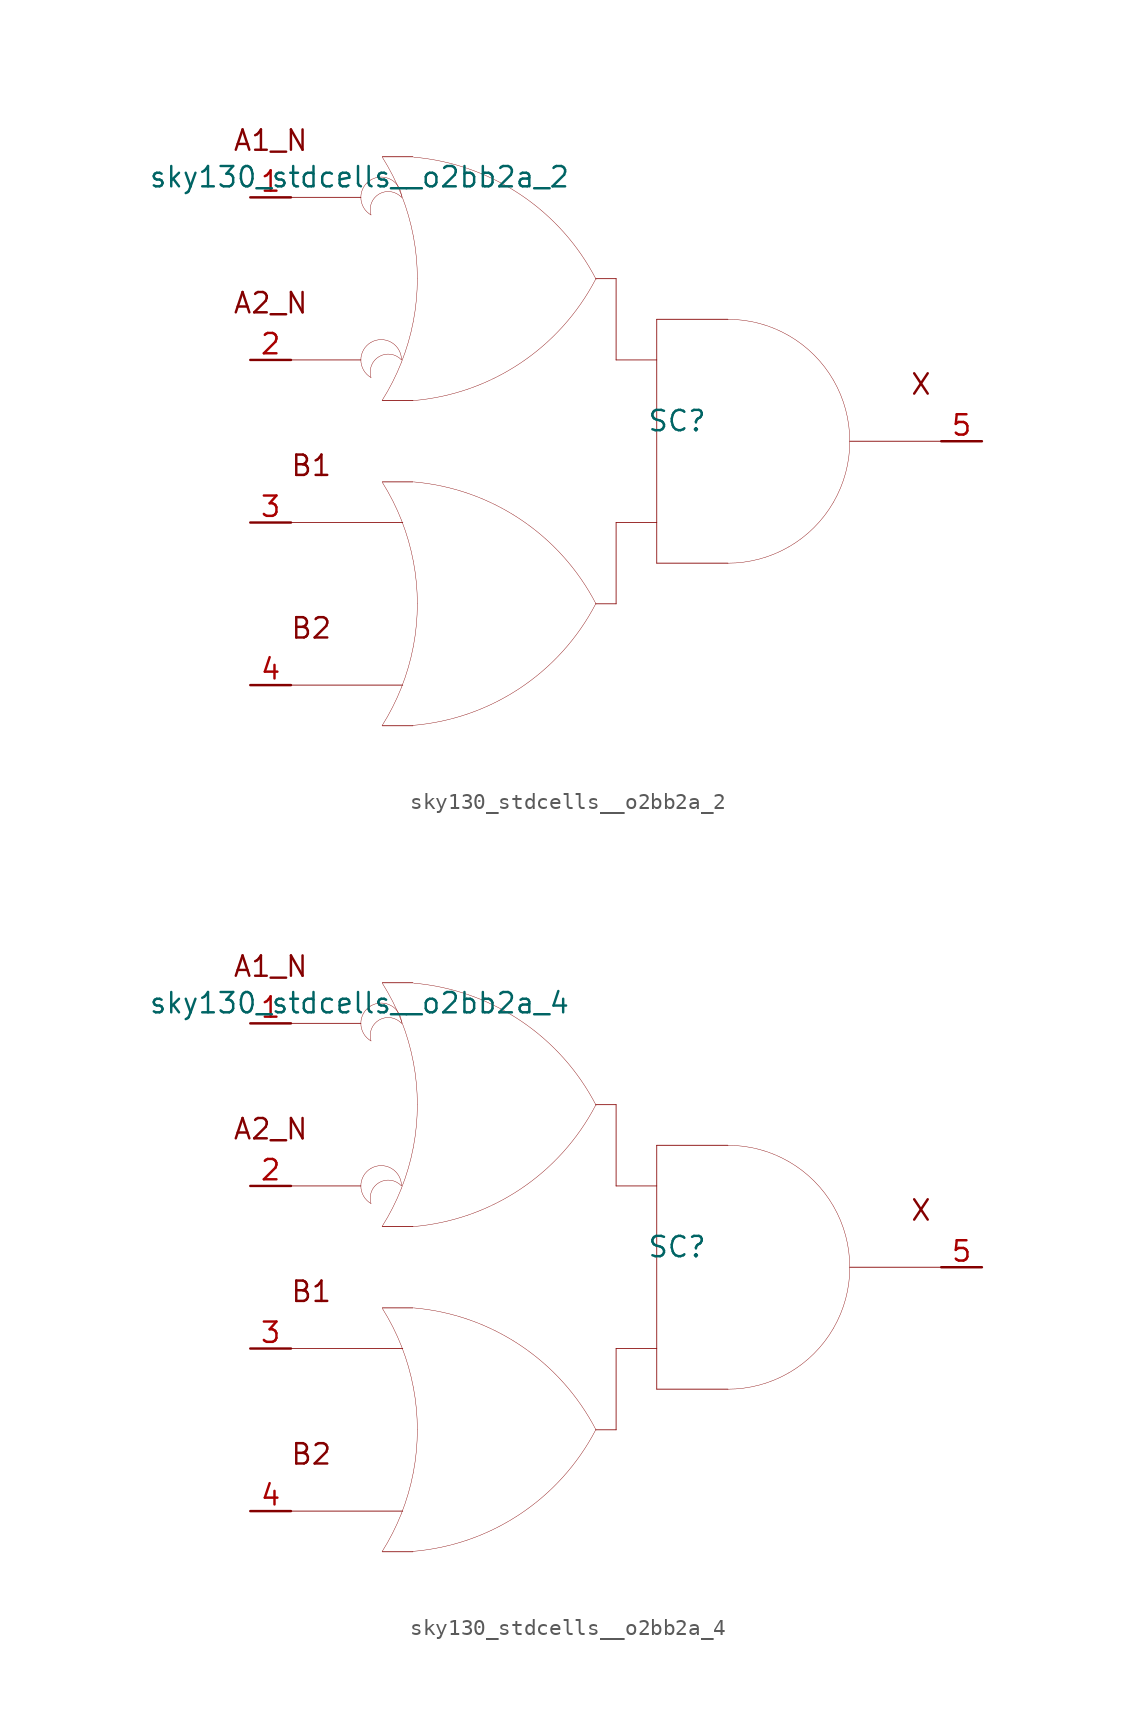
<source format=kicad_sym>
(kicad_symbol_lib
  (version 20211014)
  (generator kicad_symbol_editor)
  (symbol "sky130_stdcells__o2bb2a_2"
    (pin_names hide)
    (property "Reference" "SC"
      (at 3.81 1.27 0)
      (effects (font (size 1.27 1.27))))
    (property "Value" "sky130_stdcells__o2bb2a_2"
      (at -2.845 16.51 0)
      (effects (font (size 1.27 1.27)) (justify right)))
    (symbol "sky130_stdcells__o2bb2a_2_0_0"
      (arc (start -15.3162 6.1799) (mid -15.9512 5.08) (end -15.3162 3.9801) (stroke (width 0.0254) (type default) (color 0 0 0 0)) (fill (type none)))
      (arc (start -15.3162 16.3399) (mid -15.9512 15.24) (end -15.3162 14.1401) (stroke (width 0.0254) (type default) (color 0 0 0 0)) (fill (type none)))
      (arc (start -14.6255 -17.7742) (mid -13.968 -16.618) (end -13.4212 -15.4056) (stroke (width 0.0254) (type default) (color 0 0 0 0)) (fill (type none)))
      (arc (start -14.6255 2.5458) (mid -13.968 3.702) (end -13.4212 4.9144) (stroke (width 0.0254) (type default) (color 0 0 0 0)) (fill (type none)))
      (arc (start -13.4212 -15.4056) (mid -12.9863 -14.1355) (end -12.673 -12.8301) (stroke (width 0.0254) (type default) (color 0 0 0 0)) (fill (type none)))
      (arc (start -13.4212 4.9144) (mid -12.9863 6.1845) (end -12.673 7.4899) (stroke (width 0.0254) (type default) (color 0 0 0 0)) (fill (type none)))
      (arc (start -13.4112 5.08) (mid -15.2681 5.5543) (end -15.3162 3.9801) (stroke (width 0.0254) (type default) (color 0 0 0 0)) (fill (type none)))
      (arc (start -13.4112 5.08) (mid -14.0462 6.1798) (end -15.3162 6.1799) (stroke (width 0.0254) (type default) (color 0 0 0 0)) (fill (type none)))
      (arc (start -13.4112 15.24) (mid -15.2681 15.7143) (end -15.3162 14.1401) (stroke (width 0.0254) (type default) (color 0 0 0 0)) (fill (type none)))
      (arc (start -13.4112 15.24) (mid -14.0462 16.3398) (end -15.3162 16.3399) (stroke (width 0.0254) (type default) (color 0 0 0 0)) (fill (type none)))
      (arc (start -13.403 -4.9607) (mid -13.9512 -3.7352) (end -14.6123 -2.5668) (stroke (width 0.0254) (type default) (color 0 0 0 0)) (fill (type none)))
      (arc (start -13.403 15.3593) (mid -13.9512 16.5848) (end -14.6123 17.7532) (stroke (width 0.0254) (type default) (color 0 0 0 0)) (fill (type none)))
      (arc (start -12.705 -17.7577) (mid -6.011 -15.4332) (end -1.2741 -10.163) (stroke (width 0.0254) (type default) (color 0 0 0 0)) (fill (type none)))
      (arc (start -12.705 2.5369) (mid -6.011 4.8614) (end -1.2741 10.1316) (stroke (width 0.0254) (type default) (color 0 0 0 0)) (fill (type none)))
      (arc (start -12.673 -12.8301) (mid -12.4838 -11.501) (end -12.4206 -10.16) (stroke (width 0.0254) (type default) (color 0 0 0 0)) (fill (type none)))
      (arc (start -12.673 7.4899) (mid -12.4838 8.819) (end -12.4206 10.16) (stroke (width 0.0254) (type default) (color 0 0 0 0)) (fill (type none)))
      (arc (start -12.6684 -7.5144) (mid -12.9761 -6.2204) (end -13.403 -4.9607) (stroke (width 0.0254) (type default) (color 0 0 0 0)) (fill (type none)))
      (arc (start -12.6684 12.8056) (mid -12.9761 14.0996) (end -13.403 15.3593) (stroke (width 0.0254) (type default) (color 0 0 0 0)) (fill (type none)))
      (arc (start -12.4206 -10.16) (mid -12.4827 -8.8314) (end -12.6684 -7.5144) (stroke (width 0.0254) (type default) (color 0 0 0 0)) (fill (type none)))
      (arc (start -12.4206 10.16) (mid -12.4827 11.4886) (end -12.6684 12.8056) (stroke (width 0.0254) (type default) (color 0 0 0 0)) (fill (type none)))
      (arc (start -1.2513 -10.1756) (mid -5.9698 -4.889) (end -12.6556 -2.5411) (stroke (width 0.0254) (type default) (color 0 0 0 0)) (fill (type none)))
      (arc (start -1.2513 10.119) (mid -5.9698 15.4056) (end -12.6556 17.7535) (stroke (width 0.0254) (type default) (color 0 0 0 0)) (fill (type none)))
      (polyline (pts (xy -20.32 -15.24) (xy -13.335 -15.24)) (stroke (width 0.051) (type default) (color 0 0 0 0)) (fill (type none)))
      (polyline (pts (xy -20.32 -5.08) (xy -13.335 -5.08)) (stroke (width 0.051) (type default) (color 0 0 0 0)) (fill (type none)))
      (polyline (pts (xy -20.32 5.08) (xy -15.951 5.08)) (stroke (width 0.051) (type default) (color 0 0 0 0)) (fill (type none)))
      (polyline (pts (xy -20.32 15.24) (xy -15.951 15.24)) (stroke (width 0.051) (type default) (color 0 0 0 0)) (fill (type none)))
      (polyline (pts (xy -14.605 -17.78) (xy -12.7 -17.78)) (stroke (width 0.051) (type default) (color 0 0 0 0)) (fill (type none)))
      (polyline (pts (xy -14.605 -2.54) (xy -12.7 -2.54)) (stroke (width 0.051) (type default) (color 0 0 0 0)) (fill (type none)))
      (polyline (pts (xy -14.605 2.54) (xy -12.7 2.54)) (stroke (width 0.051) (type default) (color 0 0 0 0)) (fill (type none)))
      (polyline (pts (xy -14.605 17.78) (xy -12.7 17.78)) (stroke (width 0.051) (type default) (color 0 0 0 0)) (fill (type none)))
      (polyline (pts (xy -1.27 -10.16) (xy 0 -10.16)) (stroke (width 0.051) (type default) (color 0 0 0 0)) (fill (type none)))
      (polyline (pts (xy -1.27 10.16) (xy 0 10.16)) (stroke (width 0.051) (type default) (color 0 0 0 0)) (fill (type none)))
      (polyline (pts (xy 0 -5.08) (xy 0 -10.16)) (stroke (width 0.051) (type default) (color 0 0 0 0)) (fill (type none)))
      (polyline (pts (xy 0 -5.08) (xy 2.54 -5.08)) (stroke (width 0.051) (type default) (color 0 0 0 0)) (fill (type none)))
      (polyline (pts (xy 0 5.08) (xy 2.54 5.08)) (stroke (width 0.051) (type default) (color 0 0 0 0)) (fill (type none)))
      (polyline (pts (xy 0 10.16) (xy 0 5.08)) (stroke (width 0.051) (type default) (color 0 0 0 0)) (fill (type none)))
      (polyline (pts (xy 2.54 -7.62) (xy 6.985 -7.62)) (stroke (width 0.051) (type default) (color 0 0 0 0)) (fill (type none)))
      (polyline (pts (xy 2.54 7.62) (xy 2.54 -7.62)) (stroke (width 0.051) (type default) (color 0 0 0 0)) (fill (type none)))
      (polyline (pts (xy 2.54 7.62) (xy 6.985 7.62)) (stroke (width 0.051) (type default) (color 0 0 0 0)) (fill (type none)))
      (polyline (pts (xy 14.605 0) (xy 20.32 0)) (stroke (width 0.051) (type default) (color 0 0 0 0)) (fill (type none)))
      (arc (start 6.985 -7.62) (mid 8.9572 -7.3604) (end 10.795 -6.5991) (stroke (width 0.0254) (type default) (color 0 0 0 0)) (fill (type none)))
      (arc (start 10.795 -6.5991) (mid 12.3731 -5.3881) (end 13.5841 -3.81) (stroke (width 0.0254) (type default) (color 0 0 0 0)) (fill (type none)))
      (arc (start 10.795 6.5991) (mid 8.9572 7.3603) (end 6.985 7.62) (stroke (width 0.0254) (type default) (color 0 0 0 0)) (fill (type none)))
      (arc (start 13.5841 -3.81) (mid 14.3453 -1.9722) (end 14.605 0) (stroke (width 0.0254) (type default) (color 0 0 0 0)) (fill (type none)))
      (arc (start 13.5841 3.81) (mid 12.3731 5.3881) (end 10.795 6.5991) (stroke (width 0.0254) (type default) (color 0 0 0 0)) (fill (type none)))
      (arc (start 14.605 0) (mid 14.3454 1.9722) (end 13.5841 3.81) (stroke (width 0.0254) (type default) (color 0 0 0 0)) (fill (type none)))
      (text "A1_N" (at -21.59 18.796 0) (effects (font (size 1.27 1.27))))
      (text "A2_N" (at -21.59 8.636 0) (effects (font (size 1.27 1.27))))
      (text "B1" (at -19.05 -1.524 0) (effects (font (size 1.27 1.27))))
      (text "B2" (at -19.05 -11.684 0) (effects (font (size 1.27 1.27))))
      (text "X" (at 19.05 3.556 0) (effects (font (size 1.27 1.27)))))
    (symbol "sky130_stdcells__o2bb2a_2_1_1"
      (pin input line (at -22.86 15.24 0) (length 2.54) (name "A1_N" (effects (font (size 1.092 1.092)))) (number "1" (effects (font (size 1.27 1.27)))))
      (pin input line (at -22.86 5.08 0) (length 2.54) (name "A2_N" (effects (font (size 1.092 1.092)))) (number "2" (effects (font (size 1.27 1.27)))))
      (pin input line (at -22.86 -5.08 0) (length 2.54) (name "B1" (effects (font (size 1.092 1.092)))) (number "3" (effects (font (size 1.27 1.27)))))
      (pin input line (at -22.86 -15.24 0) (length 2.54) (name "B2" (effects (font (size 1.092 1.092)))) (number "4" (effects (font (size 1.27 1.27)))))
      (pin output line (at 22.86 0 180) (length 2.54) (name "X" (effects (font (size 1.092 1.092)))) (number "5" (effects (font (size 1.27 1.27)))))))
  (symbol "sky130_stdcells__o2bb2a_4"
    (pin_names hide)
    (property "Reference" "SC"
      (at 3.81 1.27 0)
      (effects (font (size 1.27 1.27))))
    (property "Value" "sky130_stdcells__o2bb2a_4"
      (at -2.845 16.51 0)
      (effects (font (size 1.27 1.27)) (justify right)))
    (symbol "sky130_stdcells__o2bb2a_4_0_0"
      (arc (start -15.3162 6.1799) (mid -15.9512 5.08) (end -15.3162 3.9801) (stroke (width 0.0254) (type default) (color 0 0 0 0)) (fill (type none)))
      (arc (start -15.3162 16.3399) (mid -15.9512 15.24) (end -15.3162 14.1401) (stroke (width 0.0254) (type default) (color 0 0 0 0)) (fill (type none)))
      (arc (start -14.6255 -17.7742) (mid -13.968 -16.618) (end -13.4212 -15.4056) (stroke (width 0.0254) (type default) (color 0 0 0 0)) (fill (type none)))
      (arc (start -14.6255 2.5458) (mid -13.968 3.702) (end -13.4212 4.9144) (stroke (width 0.0254) (type default) (color 0 0 0 0)) (fill (type none)))
      (arc (start -13.4212 -15.4056) (mid -12.9863 -14.1355) (end -12.673 -12.8301) (stroke (width 0.0254) (type default) (color 0 0 0 0)) (fill (type none)))
      (arc (start -13.4212 4.9144) (mid -12.9863 6.1845) (end -12.673 7.4899) (stroke (width 0.0254) (type default) (color 0 0 0 0)) (fill (type none)))
      (arc (start -13.4112 5.08) (mid -15.2681 5.5543) (end -15.3162 3.9801) (stroke (width 0.0254) (type default) (color 0 0 0 0)) (fill (type none)))
      (arc (start -13.4112 5.08) (mid -14.0462 6.1798) (end -15.3162 6.1799) (stroke (width 0.0254) (type default) (color 0 0 0 0)) (fill (type none)))
      (arc (start -13.4112 15.24) (mid -15.2681 15.7143) (end -15.3162 14.1401) (stroke (width 0.0254) (type default) (color 0 0 0 0)) (fill (type none)))
      (arc (start -13.4112 15.24) (mid -14.0462 16.3398) (end -15.3162 16.3399) (stroke (width 0.0254) (type default) (color 0 0 0 0)) (fill (type none)))
      (arc (start -13.403 -4.9607) (mid -13.9512 -3.7352) (end -14.6123 -2.5668) (stroke (width 0.0254) (type default) (color 0 0 0 0)) (fill (type none)))
      (arc (start -13.403 15.3593) (mid -13.9512 16.5848) (end -14.6123 17.7532) (stroke (width 0.0254) (type default) (color 0 0 0 0)) (fill (type none)))
      (arc (start -12.705 -17.7577) (mid -6.011 -15.4332) (end -1.2741 -10.163) (stroke (width 0.0254) (type default) (color 0 0 0 0)) (fill (type none)))
      (arc (start -12.705 2.5369) (mid -6.011 4.8614) (end -1.2741 10.1316) (stroke (width 0.0254) (type default) (color 0 0 0 0)) (fill (type none)))
      (arc (start -12.673 -12.8301) (mid -12.4838 -11.501) (end -12.4206 -10.16) (stroke (width 0.0254) (type default) (color 0 0 0 0)) (fill (type none)))
      (arc (start -12.673 7.4899) (mid -12.4838 8.819) (end -12.4206 10.16) (stroke (width 0.0254) (type default) (color 0 0 0 0)) (fill (type none)))
      (arc (start -12.6684 -7.5144) (mid -12.9761 -6.2204) (end -13.403 -4.9607) (stroke (width 0.0254) (type default) (color 0 0 0 0)) (fill (type none)))
      (arc (start -12.6684 12.8056) (mid -12.9761 14.0996) (end -13.403 15.3593) (stroke (width 0.0254) (type default) (color 0 0 0 0)) (fill (type none)))
      (arc (start -12.4206 -10.16) (mid -12.4827 -8.8314) (end -12.6684 -7.5144) (stroke (width 0.0254) (type default) (color 0 0 0 0)) (fill (type none)))
      (arc (start -12.4206 10.16) (mid -12.4827 11.4886) (end -12.6684 12.8056) (stroke (width 0.0254) (type default) (color 0 0 0 0)) (fill (type none)))
      (arc (start -1.2513 -10.1756) (mid -5.9698 -4.889) (end -12.6556 -2.5411) (stroke (width 0.0254) (type default) (color 0 0 0 0)) (fill (type none)))
      (arc (start -1.2513 10.119) (mid -5.9698 15.4056) (end -12.6556 17.7535) (stroke (width 0.0254) (type default) (color 0 0 0 0)) (fill (type none)))
      (polyline (pts (xy -20.32 -15.24) (xy -13.335 -15.24)) (stroke (width 0.051) (type default) (color 0 0 0 0)) (fill (type none)))
      (polyline (pts (xy -20.32 -5.08) (xy -13.335 -5.08)) (stroke (width 0.051) (type default) (color 0 0 0 0)) (fill (type none)))
      (polyline (pts (xy -20.32 5.08) (xy -15.951 5.08)) (stroke (width 0.051) (type default) (color 0 0 0 0)) (fill (type none)))
      (polyline (pts (xy -20.32 15.24) (xy -15.951 15.24)) (stroke (width 0.051) (type default) (color 0 0 0 0)) (fill (type none)))
      (polyline (pts (xy -14.605 -17.78) (xy -12.7 -17.78)) (stroke (width 0.051) (type default) (color 0 0 0 0)) (fill (type none)))
      (polyline (pts (xy -14.605 -2.54) (xy -12.7 -2.54)) (stroke (width 0.051) (type default) (color 0 0 0 0)) (fill (type none)))
      (polyline (pts (xy -14.605 2.54) (xy -12.7 2.54)) (stroke (width 0.051) (type default) (color 0 0 0 0)) (fill (type none)))
      (polyline (pts (xy -14.605 17.78) (xy -12.7 17.78)) (stroke (width 0.051) (type default) (color 0 0 0 0)) (fill (type none)))
      (polyline (pts (xy -1.27 -10.16) (xy 0 -10.16)) (stroke (width 0.051) (type default) (color 0 0 0 0)) (fill (type none)))
      (polyline (pts (xy -1.27 10.16) (xy 0 10.16)) (stroke (width 0.051) (type default) (color 0 0 0 0)) (fill (type none)))
      (polyline (pts (xy 0 -5.08) (xy 0 -10.16)) (stroke (width 0.051) (type default) (color 0 0 0 0)) (fill (type none)))
      (polyline (pts (xy 0 -5.08) (xy 2.54 -5.08)) (stroke (width 0.051) (type default) (color 0 0 0 0)) (fill (type none)))
      (polyline (pts (xy 0 5.08) (xy 2.54 5.08)) (stroke (width 0.051) (type default) (color 0 0 0 0)) (fill (type none)))
      (polyline (pts (xy 0 10.16) (xy 0 5.08)) (stroke (width 0.051) (type default) (color 0 0 0 0)) (fill (type none)))
      (polyline (pts (xy 2.54 -7.62) (xy 6.985 -7.62)) (stroke (width 0.051) (type default) (color 0 0 0 0)) (fill (type none)))
      (polyline (pts (xy 2.54 7.62) (xy 2.54 -7.62)) (stroke (width 0.051) (type default) (color 0 0 0 0)) (fill (type none)))
      (polyline (pts (xy 2.54 7.62) (xy 6.985 7.62)) (stroke (width 0.051) (type default) (color 0 0 0 0)) (fill (type none)))
      (polyline (pts (xy 14.605 0) (xy 20.32 0)) (stroke (width 0.051) (type default) (color 0 0 0 0)) (fill (type none)))
      (arc (start 6.985 -7.62) (mid 8.9572 -7.3604) (end 10.795 -6.5991) (stroke (width 0.0254) (type default) (color 0 0 0 0)) (fill (type none)))
      (arc (start 10.795 -6.5991) (mid 12.3731 -5.3881) (end 13.5841 -3.81) (stroke (width 0.0254) (type default) (color 0 0 0 0)) (fill (type none)))
      (arc (start 10.795 6.5991) (mid 8.9572 7.3603) (end 6.985 7.62) (stroke (width 0.0254) (type default) (color 0 0 0 0)) (fill (type none)))
      (arc (start 13.5841 -3.81) (mid 14.3453 -1.9722) (end 14.605 0) (stroke (width 0.0254) (type default) (color 0 0 0 0)) (fill (type none)))
      (arc (start 13.5841 3.81) (mid 12.3731 5.3881) (end 10.795 6.5991) (stroke (width 0.0254) (type default) (color 0 0 0 0)) (fill (type none)))
      (arc (start 14.605 0) (mid 14.3454 1.9722) (end 13.5841 3.81) (stroke (width 0.0254) (type default) (color 0 0 0 0)) (fill (type none)))
      (text "A1_N" (at -21.59 18.796 0) (effects (font (size 1.27 1.27))))
      (text "A2_N" (at -21.59 8.636 0) (effects (font (size 1.27 1.27))))
      (text "B1" (at -19.05 -1.524 0) (effects (font (size 1.27 1.27))))
      (text "B2" (at -19.05 -11.684 0) (effects (font (size 1.27 1.27))))
      (text "X" (at 19.05 3.556 0) (effects (font (size 1.27 1.27)))))
    (symbol "sky130_stdcells__o2bb2a_4_1_1"
      (pin input line (at -22.86 15.24 0) (length 2.54) (name "A1_N" (effects (font (size 1.092 1.092)))) (number "1" (effects (font (size 1.27 1.27)))))
      (pin input line (at -22.86 5.08 0) (length 2.54) (name "A2_N" (effects (font (size 1.092 1.092)))) (number "2" (effects (font (size 1.27 1.27)))))
      (pin input line (at -22.86 -5.08 0) (length 2.54) (name "B1" (effects (font (size 1.092 1.092)))) (number "3" (effects (font (size 1.27 1.27)))))
      (pin input line (at -22.86 -15.24 0) (length 2.54) (name "B2" (effects (font (size 1.092 1.092)))) (number "4" (effects (font (size 1.27 1.27)))))
      (pin output line (at 22.86 0 180) (length 2.54) (name "X" (effects (font (size 1.092 1.092)))) (number "5" (effects (font (size 1.27 1.27))))))))
</source>
